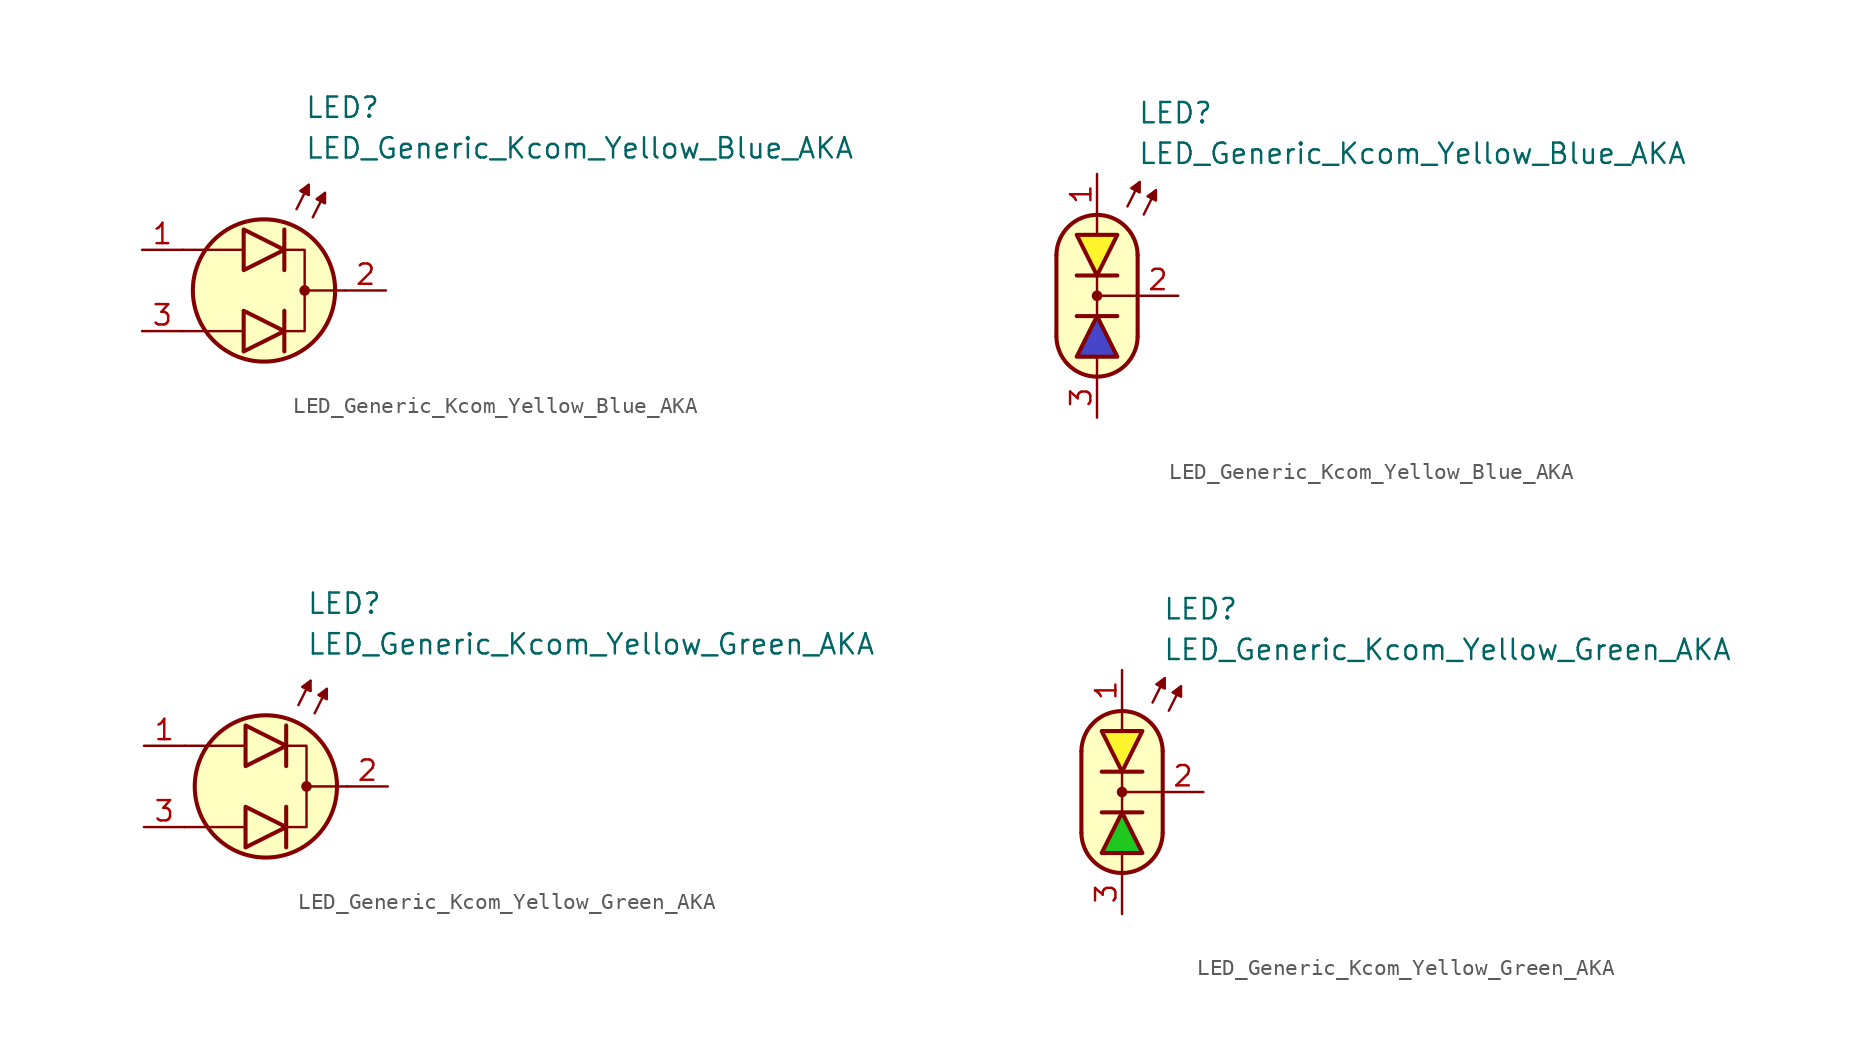
<source format=kicad_sym>
(kicad_symbol_lib
  (version 20231120)
  (generator "kicad_symbol_editor")
  (generator_version "8.0")
  (symbol "LED_Generic_Kcom_Yellow_Blue_AKA"
    (pin_names
      (offset 1.016) hide)
    (property "Reference" "LED"
      (at 2.54 11.43 0)
      (effects (font (size 1.27 1.27)) (justify left)))
    (property "Value" "LED_Generic_Kcom_Yellow_Blue_AKA"
      (at 2.54 8.89 0)
      (effects (font (size 1.27 1.27)) (justify left)))
    (symbol "LED_Generic_Kcom_Yellow_Blue_AKA_0_1"
      (polyline (pts (xy -1.397 -2.54) (xy -5.08 -2.54)) (stroke (width 0.152) (type default)) (fill (type none)))
      (polyline (pts (xy -1.397 2.54) (xy -5.08 2.54)) (stroke (width 0.152) (type default)) (fill (type none)))
      (polyline (pts (xy 1.27 -1.27) (xy 1.27 -3.81)) (stroke (width 0.254) (type default)) (fill (type none)))
      (polyline (pts (xy 1.27 3.81) (xy 1.27 1.27)) (stroke (width 0.254) (type default)) (fill (type none)))
      (polyline (pts (xy 2.032 5.08) (xy 2.794 6.604)) (stroke (width 0.152) (type default)) (fill (type none)))
      (polyline (pts (xy 2.54 6.096) (xy 2.286 6.223)) (stroke (width 0.152) (type default)) (fill (type none)))
      (polyline (pts (xy 2.54 6.096) (xy 2.794 5.969)) (stroke (width 0.152) (type default)) (fill (type none)))
      (polyline (pts (xy 3.048 4.572) (xy 3.81 6.096)) (stroke (width 0.152) (type default)) (fill (type none)))
      (polyline (pts (xy 3.556 5.588) (xy 3.302 5.715)) (stroke (width 0.152) (type default)) (fill (type none)))
      (polyline (pts (xy 3.556 5.588) (xy 3.81 5.461)) (stroke (width 0.152) (type default)) (fill (type none)))
      (polyline (pts (xy 5.08 0) (xy 2.54 0)) (stroke (width 0.152) (type default)) (fill (type none)))
      (polyline (pts (xy -1.27 -1.27) (xy -1.27 -3.81) (xy 1.27 -2.54) (xy -1.27 -1.27)) (stroke (width 0.254) (type default)) (fill (type color) (color 70 70 200 1)))
      (polyline (pts (xy -1.27 3.81) (xy -1.27 1.27) (xy 1.27 2.54) (xy -1.27 3.81)) (stroke (width 0.254) (type default)) (fill (type color) (color 255 245 45 1)))
      (polyline (pts (xy 1.27 2.54) (xy 2.54 2.54) (xy 2.54 -2.54) (xy 1.27 -2.54)) (stroke (width 0.152) (type default)) (fill (type none)))
      (polyline (pts (xy 2.794 5.969) (xy 2.286 6.223) (xy 2.794 6.604) (xy 2.794 5.969)) (stroke (width 0.152) (type default)) (fill (type outline)))
      (polyline (pts (xy 3.81 5.461) (xy 3.302 5.715) (xy 3.81 6.096) (xy 3.81 5.461)) (stroke (width 0.152) (type default)) (fill (type outline)))
      (circle (center 0 0) (radius 4.445) (stroke (width 0.254) (type default)) (fill (type background)))
      (circle (center 2.54 0) (radius 0.254) (stroke (width 0) (type default)) (fill (type outline))))
    (symbol "LED_Generic_Kcom_Yellow_Blue_AKA_0_2"
      (arc (start -2.54 -2.54) (mid 0 -5.0576) (end 2.54 -2.54) (stroke (width 0.254) (type default)) (fill (type none)))
      (polyline (pts (xy -2.54 2.54) (xy -2.54 -2.54)) (stroke (width 0.254) (type default)) (fill (type none)))
      (polyline (pts (xy -1.27 -1.27) (xy 1.27 -1.27)) (stroke (width 0.254) (type default)) (fill (type none)))
      (polyline (pts (xy 0 -5.08) (xy 0 -3.81)) (stroke (width 0) (type default)) (fill (type none)))
      (polyline (pts (xy 0 -1.27) (xy 0 1.27)) (stroke (width 0) (type default)) (fill (type none)))
      (polyline (pts (xy 0 5.08) (xy 0 3.81)) (stroke (width 0) (type default)) (fill (type none)))
      (polyline (pts (xy 1.27 1.27) (xy -1.27 1.27)) (stroke (width 0.254) (type default)) (fill (type none)))
      (polyline (pts (xy 1.905 5.588) (xy 2.667 7.112)) (stroke (width 0.152) (type default)) (fill (type none)))
      (polyline (pts (xy 2.413 6.604) (xy 2.159 6.731)) (stroke (width 0.152) (type default)) (fill (type none)))
      (polyline (pts (xy 2.413 6.604) (xy 2.667 6.477)) (stroke (width 0.152) (type default)) (fill (type none)))
      (polyline (pts (xy 2.54 -2.54) (xy 2.54 2.54)) (stroke (width 0.254) (type default)) (fill (type none)))
      (polyline (pts (xy 2.54 0) (xy 0 0)) (stroke (width 0) (type default)) (fill (type none)))
      (polyline (pts (xy 2.921 5.08) (xy 3.683 6.604)) (stroke (width 0.152) (type default)) (fill (type none)))
      (polyline (pts (xy 3.429 6.096) (xy 3.175 6.223)) (stroke (width 0.152) (type default)) (fill (type none)))
      (polyline (pts (xy 3.429 6.096) (xy 3.683 5.969)) (stroke (width 0.152) (type default)) (fill (type none)))
      (polyline (pts (xy 2.667 6.477) (xy 2.159 6.731) (xy 2.667 7.112) (xy 2.667 6.477)) (stroke (width 0.152) (type default)) (fill (type outline)))
      (polyline (pts (xy 3.683 5.969) (xy 3.175 6.223) (xy 3.683 6.604) (xy 3.683 5.969)) (stroke (width 0.152) (type default)) (fill (type outline)))
      (polyline (pts (xy 0 5.08) (xy 1.016 4.826) (xy 1.778 4.318) (xy 2.286 3.556) (xy 2.54 3.048) (xy 2.54 -2.794) (xy 2.286 -3.556) (xy 1.778 -4.318) (xy 1.016 -4.826) (xy 0.254 -5.08) (xy -0.254 -5.08) (xy -1.016 -4.826) (xy -1.524 -4.572) (xy -2.032 -4.064) (xy -2.286 -3.556) (xy -2.54 -2.794) (xy -2.54 2.794) (xy -2.286 3.556) (xy -2.032 4.064) (xy -1.524 4.572) (xy -1.016 4.826) (xy 0 5.08)) (stroke (width 0.01) (type default)) (fill (type background)))
      (circle (center 0 0) (radius 0.254) (stroke (width 0) (type default)) (fill (type outline)))
      (arc (start 2.54 2.54) (mid 0 5.0576) (end -2.54 2.54) (stroke (width 0.254) (type default)) (fill (type none))))
    (symbol "LED_Generic_Kcom_Yellow_Blue_AKA_1_1"
      (pin passive line (at -7.62 2.54 0) (length 2.54) (name "A1" (effects (font (size 1.27 1.27)))) (number "1" (effects (font (size 1.27 1.27)))))
      (pin passive line (at 7.62 0 180) (length 2.54) (name "K" (effects (font (size 1.27 1.27)))) (number "2" (effects (font (size 1.27 1.27)))))
      (pin passive line (at -7.62 -2.54 0) (length 2.54) (name "A2" (effects (font (size 1.27 1.27)))) (number "3" (effects (font (size 1.27 1.27))))))
    (symbol "LED_Generic_Kcom_Yellow_Blue_AKA_1_2"
      (polyline (pts (xy -1.27 -3.81) (xy 1.27 -3.81) (xy 0 -1.27) (xy -1.27 -3.81)) (stroke (width 0.254) (type default)) (fill (type color) (color 70 70 200 1)))
      (polyline (pts (xy 1.27 3.81) (xy -1.27 3.81) (xy 0 1.27) (xy 1.27 3.81)) (stroke (width 0.254) (type default)) (fill (type color) (color 255 245 45 1)))
      (pin passive line (at 0 7.62 270) (length 2.54) (name "A1" (effects (font (size 1.27 1.27)))) (number "1" (effects (font (size 1.27 1.27)))))
      (pin passive line (at 5.08 0 180) (length 2.54) (name "K" (effects (font (size 1.27 1.27)))) (number "2" (effects (font (size 1.27 1.27)))))
      (pin passive line (at 0 -7.62 90) (length 2.54) (name "A2" (effects (font (size 1.27 1.27)))) (number "3" (effects (font (size 1.27 1.27)))))))
  (symbol "LED_Generic_Kcom_Yellow_Green_AKA"
    (pin_names
      (offset 1.016) hide)
    (property "Reference" "LED"
      (at 2.54 11.43 0)
      (effects (font (size 1.27 1.27)) (justify left)))
    (property "Value" "LED_Generic_Kcom_Yellow_Green_AKA"
      (at 2.54 8.89 0)
      (effects (font (size 1.27 1.27)) (justify left)))
    (symbol "LED_Generic_Kcom_Yellow_Green_AKA_0_1"
      (polyline (pts (xy -1.397 -2.54) (xy -5.08 -2.54)) (stroke (width 0.152) (type default)) (fill (type none)))
      (polyline (pts (xy -1.397 2.54) (xy -5.08 2.54)) (stroke (width 0.152) (type default)) (fill (type none)))
      (polyline (pts (xy 1.27 -1.27) (xy 1.27 -3.81)) (stroke (width 0.254) (type default)) (fill (type none)))
      (polyline (pts (xy 1.27 3.81) (xy 1.27 1.27)) (stroke (width 0.254) (type default)) (fill (type none)))
      (polyline (pts (xy 2.032 5.08) (xy 2.794 6.604)) (stroke (width 0.152) (type default)) (fill (type none)))
      (polyline (pts (xy 2.54 6.096) (xy 2.286 6.223)) (stroke (width 0.152) (type default)) (fill (type none)))
      (polyline (pts (xy 2.54 6.096) (xy 2.794 5.969)) (stroke (width 0.152) (type default)) (fill (type none)))
      (polyline (pts (xy 3.048 4.572) (xy 3.81 6.096)) (stroke (width 0.152) (type default)) (fill (type none)))
      (polyline (pts (xy 3.556 5.588) (xy 3.302 5.715)) (stroke (width 0.152) (type default)) (fill (type none)))
      (polyline (pts (xy 3.556 5.588) (xy 3.81 5.461)) (stroke (width 0.152) (type default)) (fill (type none)))
      (polyline (pts (xy 5.08 0) (xy 2.54 0)) (stroke (width 0.152) (type default)) (fill (type none)))
      (polyline (pts (xy -1.27 -1.27) (xy -1.27 -3.81) (xy 1.27 -2.54) (xy -1.27 -1.27)) (stroke (width 0.254) (type default)) (fill (type color) (color 30 200 30 1)))
      (polyline (pts (xy -1.27 3.81) (xy -1.27 1.27) (xy 1.27 2.54) (xy -1.27 3.81)) (stroke (width 0.254) (type default)) (fill (type color) (color 255 245 45 1)))
      (polyline (pts (xy 1.27 2.54) (xy 2.54 2.54) (xy 2.54 -2.54) (xy 1.27 -2.54)) (stroke (width 0.152) (type default)) (fill (type none)))
      (polyline (pts (xy 2.794 5.969) (xy 2.286 6.223) (xy 2.794 6.604) (xy 2.794 5.969)) (stroke (width 0.152) (type default)) (fill (type outline)))
      (polyline (pts (xy 3.81 5.461) (xy 3.302 5.715) (xy 3.81 6.096) (xy 3.81 5.461)) (stroke (width 0.152) (type default)) (fill (type outline)))
      (circle (center 0 0) (radius 4.445) (stroke (width 0.254) (type default)) (fill (type background)))
      (circle (center 2.54 0) (radius 0.254) (stroke (width 0) (type default)) (fill (type outline))))
    (symbol "LED_Generic_Kcom_Yellow_Green_AKA_0_2"
      (arc (start -2.54 -2.54) (mid 0 -5.0576) (end 2.54 -2.54) (stroke (width 0.254) (type default)) (fill (type none)))
      (polyline (pts (xy -2.54 2.54) (xy -2.54 -2.54)) (stroke (width 0.254) (type default)) (fill (type none)))
      (polyline (pts (xy -1.27 -1.27) (xy 1.27 -1.27)) (stroke (width 0.254) (type default)) (fill (type none)))
      (polyline (pts (xy 0 -5.08) (xy 0 -3.81)) (stroke (width 0) (type default)) (fill (type none)))
      (polyline (pts (xy 0 -1.27) (xy 0 1.27)) (stroke (width 0) (type default)) (fill (type none)))
      (polyline (pts (xy 0 5.08) (xy 0 3.81)) (stroke (width 0) (type default)) (fill (type none)))
      (polyline (pts (xy 1.27 1.27) (xy -1.27 1.27)) (stroke (width 0.254) (type default)) (fill (type none)))
      (polyline (pts (xy 1.905 5.588) (xy 2.667 7.112)) (stroke (width 0.152) (type default)) (fill (type none)))
      (polyline (pts (xy 2.413 6.604) (xy 2.159 6.731)) (stroke (width 0.152) (type default)) (fill (type none)))
      (polyline (pts (xy 2.413 6.604) (xy 2.667 6.477)) (stroke (width 0.152) (type default)) (fill (type none)))
      (polyline (pts (xy 2.54 -2.54) (xy 2.54 2.54)) (stroke (width 0.254) (type default)) (fill (type none)))
      (polyline (pts (xy 2.54 0) (xy 0 0)) (stroke (width 0) (type default)) (fill (type none)))
      (polyline (pts (xy 2.921 5.08) (xy 3.683 6.604)) (stroke (width 0.152) (type default)) (fill (type none)))
      (polyline (pts (xy 3.429 6.096) (xy 3.175 6.223)) (stroke (width 0.152) (type default)) (fill (type none)))
      (polyline (pts (xy 3.429 6.096) (xy 3.683 5.969)) (stroke (width 0.152) (type default)) (fill (type none)))
      (polyline (pts (xy 2.667 6.477) (xy 2.159 6.731) (xy 2.667 7.112) (xy 2.667 6.477)) (stroke (width 0.152) (type default)) (fill (type outline)))
      (polyline (pts (xy 3.683 5.969) (xy 3.175 6.223) (xy 3.683 6.604) (xy 3.683 5.969)) (stroke (width 0.152) (type default)) (fill (type outline)))
      (polyline (pts (xy 0 5.08) (xy 1.016 4.826) (xy 1.778 4.318) (xy 2.286 3.556) (xy 2.54 3.048) (xy 2.54 -2.794) (xy 2.286 -3.556) (xy 1.778 -4.318) (xy 1.016 -4.826) (xy 0.254 -5.08) (xy -0.254 -5.08) (xy -1.016 -4.826) (xy -1.524 -4.572) (xy -2.032 -4.064) (xy -2.286 -3.556) (xy -2.54 -2.794) (xy -2.54 2.794) (xy -2.286 3.556) (xy -2.032 4.064) (xy -1.524 4.572) (xy -1.016 4.826) (xy 0 5.08)) (stroke (width 0.01) (type default)) (fill (type background)))
      (circle (center 0 0) (radius 0.254) (stroke (width 0) (type default)) (fill (type outline)))
      (arc (start 2.54 2.54) (mid 0 5.0576) (end -2.54 2.54) (stroke (width 0.254) (type default)) (fill (type none))))
    (symbol "LED_Generic_Kcom_Yellow_Green_AKA_1_1"
      (pin passive line (at -7.62 2.54 0) (length 2.54) (name "A1" (effects (font (size 1.27 1.27)))) (number "1" (effects (font (size 1.27 1.27)))))
      (pin passive line (at 7.62 0 180) (length 2.54) (name "K" (effects (font (size 1.27 1.27)))) (number "2" (effects (font (size 1.27 1.27)))))
      (pin passive line (at -7.62 -2.54 0) (length 2.54) (name "A2" (effects (font (size 1.27 1.27)))) (number "3" (effects (font (size 1.27 1.27))))))
    (symbol "LED_Generic_Kcom_Yellow_Green_AKA_1_2"
      (polyline (pts (xy -1.27 -3.81) (xy 1.27 -3.81) (xy 0 -1.27) (xy -1.27 -3.81)) (stroke (width 0.254) (type default)) (fill (type color) (color 30 200 30 1)))
      (polyline (pts (xy 1.27 3.81) (xy -1.27 3.81) (xy 0 1.27) (xy 1.27 3.81)) (stroke (width 0.254) (type default)) (fill (type color) (color 255 245 45 1)))
      (pin passive line (at 0 7.62 270) (length 2.54) (name "A1" (effects (font (size 1.27 1.27)))) (number "1" (effects (font (size 1.27 1.27)))))
      (pin passive line (at 5.08 0 180) (length 2.54) (name "K" (effects (font (size 1.27 1.27)))) (number "2" (effects (font (size 1.27 1.27)))))
      (pin passive line (at 0 -7.62 90) (length 2.54) (name "A2" (effects (font (size 1.27 1.27)))) (number "3" (effects (font (size 1.27 1.27))))))))
</source>
